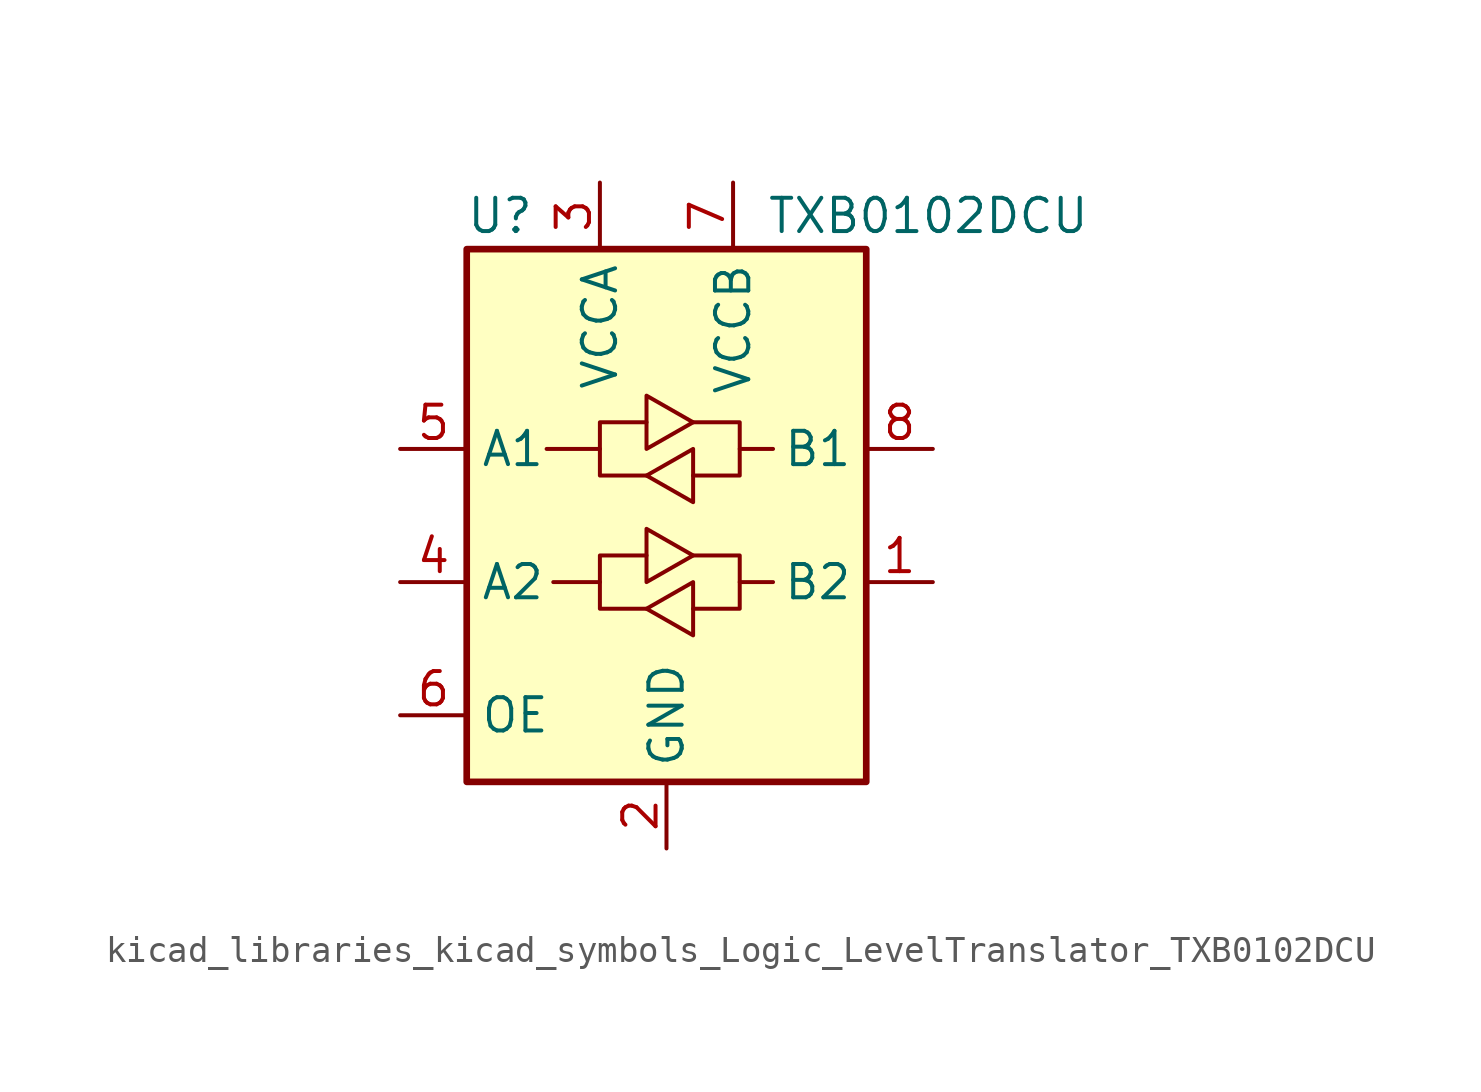
<source format=kicad_sym>
(kicad_symbol_lib
  (version 20220914)
  (generator kicad_symbol_editor)
  (symbol "kicad_libraries_kicad_symbols_Logic_LevelTranslator_TXB0102DCU"
    (property "Reference" "U"
      (at -6.35 11.43 0)
      (effects (font (size 1.27 1.27))))
    (property "Value" "TXB0102DCU"
      (at 3.81 11.43 0)
      (effects (font (size 1.27 1.27)) (justify left)))
    (symbol "kicad_libraries_kicad_symbols_Logic_LevelTranslator_TXB0102DCU_0_1"
      (rectangle (start -7.62 10.16) (end 7.62 -10.16) (stroke (width 0.254) (type default)) (fill (type background)))
      (polyline (pts (xy -2.54 -2.54) (xy -2.54 -1.524) (xy -0.762 -1.524)) (stroke (width 0) (type default)) (fill (type none)))
      (polyline (pts (xy -2.54 2.54) (xy -2.54 3.556) (xy -0.762 3.556)) (stroke (width 0) (type default)) (fill (type none)))
      (polyline (pts (xy 2.794 -2.54) (xy 2.794 -3.556) (xy 1.016 -3.556)) (stroke (width 0) (type default)) (fill (type none)))
      (polyline (pts (xy 2.794 2.54) (xy 2.794 1.524) (xy 1.016 1.524)) (stroke (width 0) (type default)) (fill (type none)))
      (polyline (pts (xy -0.762 -3.556) (xy -2.54 -3.556) (xy -2.54 -2.54) (xy -4.318 -2.54)) (stroke (width 0) (type default)) (fill (type none)))
      (polyline (pts (xy -0.762 -2.54) (xy -0.762 -0.508) (xy 1.016 -1.524) (xy -0.762 -2.54)) (stroke (width 0) (type default)) (fill (type none)))
      (polyline (pts (xy -0.762 1.524) (xy -2.54 1.524) (xy -2.54 2.54) (xy -4.572 2.54)) (stroke (width 0) (type default)) (fill (type none)))
      (polyline (pts (xy -0.762 2.54) (xy -0.762 4.572) (xy 1.016 3.556) (xy -0.762 2.54)) (stroke (width 0) (type default)) (fill (type none)))
      (polyline (pts (xy 1.016 -2.54) (xy 1.016 -4.572) (xy -0.762 -3.556) (xy 1.016 -2.54)) (stroke (width 0) (type default)) (fill (type none)))
      (polyline (pts (xy 1.016 -1.524) (xy 2.794 -1.524) (xy 2.794 -2.54) (xy 4.064 -2.54)) (stroke (width 0) (type default)) (fill (type none)))
      (polyline (pts (xy 1.016 3.556) (xy 2.794 3.556) (xy 2.794 2.54) (xy 4.064 2.54)) (stroke (width 0) (type default)) (fill (type none)))
      (polyline (pts (xy 1.016 2.54) (xy 1.016 0.762) (xy 1.016 0.508) (xy -0.762 1.524) (xy 1.016 2.54)) (stroke (width 0) (type default)) (fill (type none))))
    (symbol "kicad_libraries_kicad_symbols_Logic_LevelTranslator_TXB0102DCU_1_1"
      (pin bidirectional line (at 10.16 -2.54 180) (length 2.54) (name "B2" (effects (font (size 1.27 1.27)))) (number "1" (effects (font (size 1.27 1.27)))))
      (pin power_in line (at 0 -12.7 90) (length 2.54) (name "GND" (effects (font (size 1.27 1.27)))) (number "2" (effects (font (size 1.27 1.27)))))
      (pin power_in line (at -2.54 12.7 270) (length 2.54) (name "VCCA" (effects (font (size 1.27 1.27)))) (number "3" (effects (font (size 1.27 1.27)))))
      (pin bidirectional line (at -10.16 -2.54 0) (length 2.54) (name "A2" (effects (font (size 1.27 1.27)))) (number "4" (effects (font (size 1.27 1.27)))))
      (pin bidirectional line (at -10.16 2.54 0) (length 2.54) (name "A1" (effects (font (size 1.27 1.27)))) (number "5" (effects (font (size 1.27 1.27)))))
      (pin input line (at -10.16 -7.62 0) (length 2.54) (name "OE" (effects (font (size 1.27 1.27)))) (number "6" (effects (font (size 1.27 1.27)))))
      (pin power_in line (at 2.54 12.7 270) (length 2.54) (name "VCCB" (effects (font (size 1.27 1.27)))) (number "7" (effects (font (size 1.27 1.27)))))
      (pin bidirectional line (at 10.16 2.54 180) (length 2.54) (name "B1" (effects (font (size 1.27 1.27)))) (number "8" (effects (font (size 1.27 1.27))))))))
</source>
